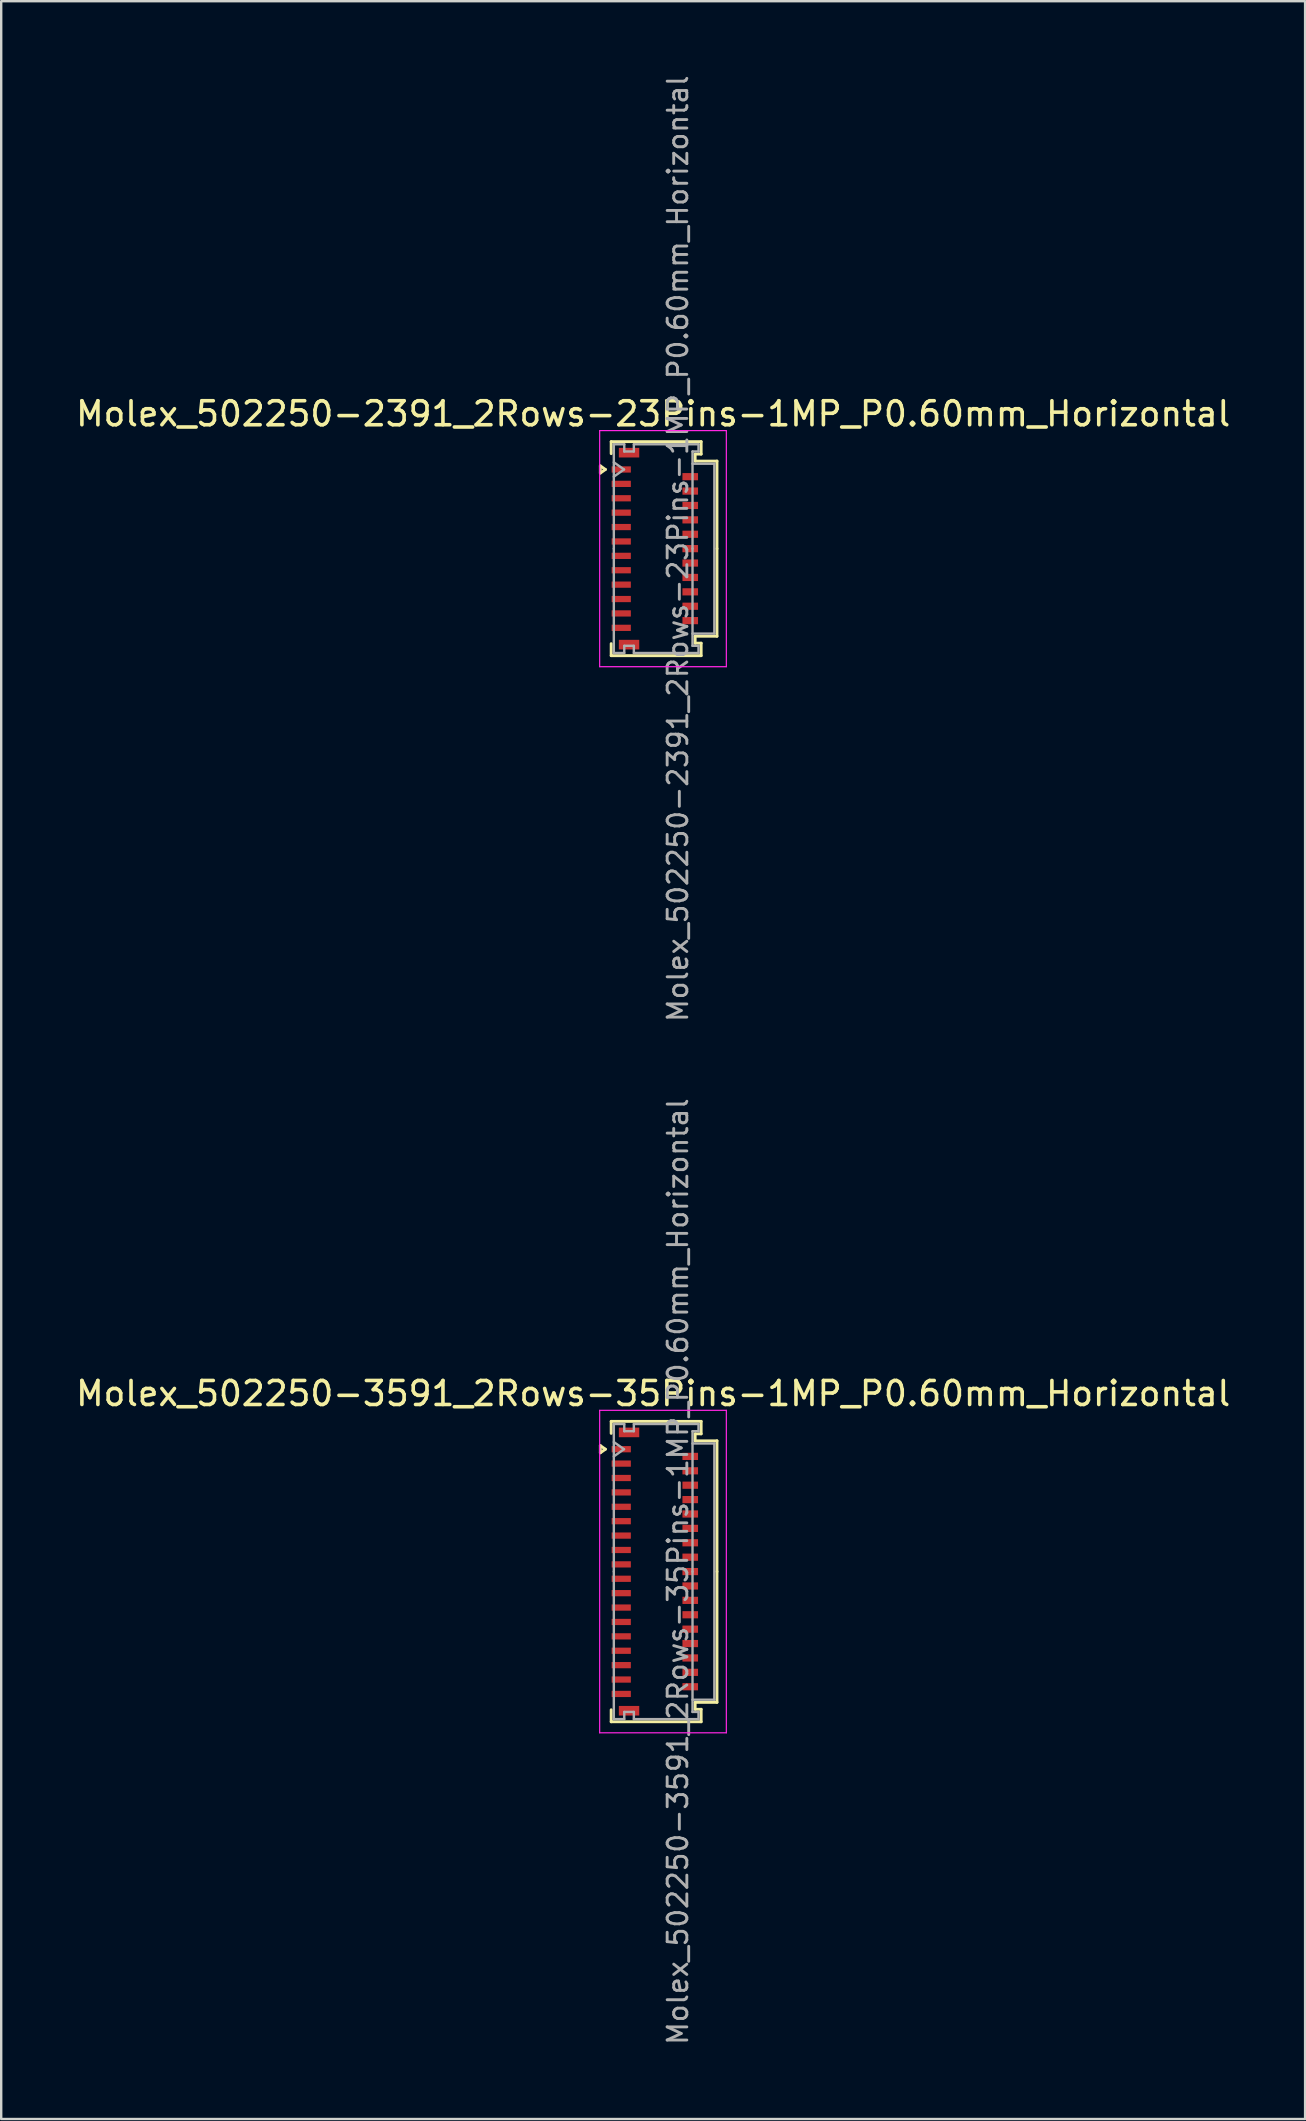
<source format=kicad_pcb>
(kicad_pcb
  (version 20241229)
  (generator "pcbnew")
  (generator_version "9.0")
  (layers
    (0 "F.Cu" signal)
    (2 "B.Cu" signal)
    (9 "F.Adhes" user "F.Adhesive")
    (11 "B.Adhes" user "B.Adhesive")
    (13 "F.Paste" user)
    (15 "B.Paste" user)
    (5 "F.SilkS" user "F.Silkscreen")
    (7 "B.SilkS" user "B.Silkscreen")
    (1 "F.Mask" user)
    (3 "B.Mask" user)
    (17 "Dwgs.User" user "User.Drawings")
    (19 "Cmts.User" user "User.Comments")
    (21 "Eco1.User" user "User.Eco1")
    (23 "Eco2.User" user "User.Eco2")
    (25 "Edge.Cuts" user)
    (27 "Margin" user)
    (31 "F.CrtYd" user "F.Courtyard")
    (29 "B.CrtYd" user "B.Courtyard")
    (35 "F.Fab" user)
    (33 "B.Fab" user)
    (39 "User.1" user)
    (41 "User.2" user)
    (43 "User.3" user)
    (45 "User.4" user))
  (footprint "Molex_502250-2391_2Rows-23Pins-1MP_P0.60mm_Horizontal"
    (layer "F.Cu")
    (at 24.243 19.817)
    (property "Reference" "Molex_502250-2391_2Rows-23Pins-1MP_P0.60mm_Horizontal" (at -0.07 -5.62 0) (layer "F.SilkS") (effects (font (size 1 1) (thickness 0.15))))
    (attr smd)
    (fp_line (start -2.272 -3.45) (end -2.06 -3.3) (stroke (width 0.12) (type solid)) (layer "F.SilkS"))
    (fp_line (start -2.272 -3.15) (end -2.272 -3.45) (stroke (width 0.12) (type solid)) (layer "F.SilkS"))
    (fp_line (start -2.06 -3.3) (end -2.272 -3.15) (stroke (width 0.12) (type solid)) (layer "F.SilkS"))
    (fp_line (start -1.82 -4.46) (end 1.93 -4.46) (stroke (width 0.12) (type solid)) (layer "F.SilkS"))
    (fp_line (start -1.82 -3.96) (end -1.82 -4.46) (stroke (width 0.12) (type solid)) (layer "F.SilkS"))
    (fp_line (start -1.82 3.96) (end -1.82 4.46) (stroke (width 0.12) (type solid)) (layer "F.SilkS"))
    (fp_line (start -1.82 4.46) (end 1.93 4.46) (stroke (width 0.12) (type solid)) (layer "F.SilkS"))
    (fp_line (start 1.68 -3.94) (end 1.68 -3.65) (stroke (width 0.12) (type solid)) (layer "F.SilkS"))
    (fp_line (start 1.68 -3.65) (end 2.59 -3.65) (stroke (width 0.12) (type solid)) (layer "F.SilkS"))
    (fp_line (start 1.68 3.65) (end 2.59 3.65) (stroke (width 0.12) (type solid)) (layer "F.SilkS"))
    (fp_line (start 1.68 3.94) (end 1.68 3.65) (stroke (width 0.12) (type solid)) (layer "F.SilkS"))
    (fp_line (start 1.93 -4.46) (end 1.93 -3.94) (stroke (width 0.12) (type solid)) (layer "F.SilkS"))
    (fp_line (start 1.93 -3.94) (end 1.68 -3.94) (stroke (width 0.12) (type solid)) (layer "F.SilkS"))
    (fp_line (start 1.93 3.94) (end 1.68 3.94) (stroke (width 0.12) (type solid)) (layer "F.SilkS"))
    (fp_line (start 1.93 4.46) (end 1.93 3.94) (stroke (width 0.12) (type solid)) (layer "F.SilkS"))
    (fp_line (start 2.59 -3.65) (end 2.59 0) (stroke (width 0.12) (type solid)) (layer "F.SilkS"))
    (fp_line (start 2.59 3.65) (end 2.59 0) (stroke (width 0.12) (type solid)) (layer "F.SilkS"))
    (fp_line (start -2.3 -4.92) (end -2.3 4.92) (stroke (width 0.05) (type solid)) (layer "F.CrtYd"))
    (fp_line (start -2.3 4.92) (end 2.98 4.92) (stroke (width 0.05) (type solid)) (layer "F.CrtYd"))
    (fp_line (start 2.98 -4.92) (end -2.3 -4.92) (stroke (width 0.05) (type solid)) (layer "F.CrtYd"))
    (fp_line (start 2.98 4.92) (end 2.98 -4.92) (stroke (width 0.05) (type solid)) (layer "F.CrtYd"))
    (fp_line (start -1.71 -4.35) (end -1.275 -4.35) (stroke (width 0.1) (type solid)) (layer "F.Fab"))
    (fp_line (start -1.71 -3.6) (end -1.286 -3.3) (stroke (width 0.1) (type solid)) (layer "F.Fab"))
    (fp_line (start -1.71 0) (end -1.71 -4.35) (stroke (width 0.1) (type solid)) (layer "F.Fab"))
    (fp_line (start -1.71 0) (end -1.71 4.35) (stroke (width 0.1) (type solid)) (layer "F.Fab"))
    (fp_line (start -1.71 4.35) (end -1.275 4.35) (stroke (width 0.1) (type solid)) (layer "F.Fab"))
    (fp_line (start -1.286 -3.3) (end -1.71 -3) (stroke (width 0.1) (type solid)) (layer "F.Fab"))
    (fp_line (start -1.275 -4.35) (end -1.275 -4.05) (stroke (width 0.1) (type solid)) (layer "F.Fab"))
    (fp_line (start -1.275 -4.05) (end -0.875 -4.05) (stroke (width 0.1) (type solid)) (layer "F.Fab"))
    (fp_line (start -1.275 4.05) (end -0.875 4.05) (stroke (width 0.1) (type solid)) (layer "F.Fab"))
    (fp_line (start -1.275 4.35) (end -1.275 4.05) (stroke (width 0.1) (type solid)) (layer "F.Fab"))
    (fp_line (start -0.875 -4.35) (end 1.82 -4.35) (stroke (width 0.1) (type solid)) (layer "F.Fab"))
    (fp_line (start -0.875 -4.05) (end -0.875 -4.35) (stroke (width 0.1) (type solid)) (layer "F.Fab"))
    (fp_line (start -0.875 4.05) (end -0.875 4.35) (stroke (width 0.1) (type solid)) (layer "F.Fab"))
    (fp_line (start -0.875 4.35) (end 1.82 4.35) (stroke (width 0.1) (type solid)) (layer "F.Fab"))
    (fp_line (start 1.57 -4.05) (end 1.57 0) (stroke (width 0.1) (type solid)) (layer "F.Fab"))
    (fp_line (start 1.57 -3.54) (end 2.48 -3.54) (stroke (width 0.1) (type solid)) (layer "F.Fab"))
    (fp_line (start 1.57 4.05) (end 1.57 0) (stroke (width 0.1) (type solid)) (layer "F.Fab"))
    (fp_line (start 1.82 -4.35) (end 1.82 -4.05) (stroke (width 0.1) (type solid)) (layer "F.Fab"))
    (fp_line (start 1.82 -4.05) (end 1.57 -4.05) (stroke (width 0.1) (type solid)) (layer "F.Fab"))
    (fp_line (start 1.82 4.05) (end 1.57 4.05) (stroke (width 0.1) (type solid)) (layer "F.Fab"))
    (fp_line (start 1.82 4.35) (end 1.82 4.05) (stroke (width 0.1) (type solid)) (layer "F.Fab"))
    (fp_line (start 2.48 -3.54) (end 2.48 3.54) (stroke (width 0.1) (type solid)) (layer "F.Fab"))
    (fp_line (start 2.48 3.54) (end 1.57 3.54) (stroke (width 0.1) (type solid)) (layer "F.Fab"))
    (fp_text user "${REFERENCE}" (at 0.96 0 90) (layer "F.Fab") (effects (font (size 0.82 0.82) (thickness 0.12))))
    (pad "1" smd rect (at -1.4 -3.3) (size 0.8 0.26) (layers "F.Cu" "F.Mask" "F.Paste"))
    (pad "2" smd rect (at 1.475 -3) (size 0.65 0.3) (layers "F.Cu" "F.Mask" "F.Paste"))
    (pad "3" smd rect (at -1.4 -2.7) (size 0.8 0.26) (layers "F.Cu" "F.Mask" "F.Paste"))
    (pad "4" smd rect (at 1.475 -2.4) (size 0.65 0.3) (layers "F.Cu" "F.Mask" "F.Paste"))
    (pad "5" smd rect (at -1.4 -2.1) (size 0.8 0.26) (layers "F.Cu" "F.Mask" "F.Paste"))
    (pad "6" smd rect (at 1.475 -1.8) (size 0.65 0.3) (layers "F.Cu" "F.Mask" "F.Paste"))
    (pad "7" smd rect (at -1.4 -1.5) (size 0.8 0.26) (layers "F.Cu" "F.Mask" "F.Paste"))
    (pad "8" smd rect (at 1.475 -1.2) (size 0.65 0.3) (layers "F.Cu" "F.Mask" "F.Paste"))
    (pad "9" smd rect (at -1.4 -0.9) (size 0.8 0.26) (layers "F.Cu" "F.Mask" "F.Paste"))
    (pad "10" smd rect (at 1.475 -0.6) (size 0.65 0.3) (layers "F.Cu" "F.Mask" "F.Paste"))
    (pad "11" smd rect (at -1.4 -0.3) (size 0.8 0.26) (layers "F.Cu" "F.Mask" "F.Paste"))
    (pad "12" smd rect (at 1.475 0) (size 0.65 0.3) (layers "F.Cu" "F.Mask" "F.Paste"))
    (pad "13" smd rect (at -1.4 0.3) (size 0.8 0.26) (layers "F.Cu" "F.Mask" "F.Paste"))
    (pad "14" smd rect (at 1.475 0.6) (size 0.65 0.3) (layers "F.Cu" "F.Mask" "F.Paste"))
    (pad "15" smd rect (at -1.4 0.9) (size 0.8 0.26) (layers "F.Cu" "F.Mask" "F.Paste"))
    (pad "16" smd rect (at 1.475 1.2) (size 0.65 0.3) (layers "F.Cu" "F.Mask" "F.Paste"))
    (pad "17" smd rect (at -1.4 1.5) (size 0.8 0.26) (layers "F.Cu" "F.Mask" "F.Paste"))
    (pad "18" smd rect (at 1.475 1.8) (size 0.65 0.3) (layers "F.Cu" "F.Mask" "F.Paste"))
    (pad "19" smd rect (at -1.4 2.1) (size 0.8 0.26) (layers "F.Cu" "F.Mask" "F.Paste"))
    (pad "20" smd rect (at 1.475 2.4) (size 0.65 0.3) (layers "F.Cu" "F.Mask" "F.Paste"))
    (pad "21" smd rect (at -1.4 2.7) (size 0.8 0.26) (layers "F.Cu" "F.Mask" "F.Paste"))
    (pad "22" smd rect (at 1.475 3) (size 0.65 0.3) (layers "F.Cu" "F.Mask" "F.Paste"))
    (pad "23" smd rect (at -1.4 3.3) (size 0.8 0.26) (layers "F.Cu" "F.Mask" "F.Paste"))
    (pad "MP" smd rect (at -1.075 -4) (size 0.85 0.4) (layers "F.Cu" "F.Mask" "F.Paste"))
    (pad "MP" smd rect (at -1.075 4) (size 0.85 0.4) (layers "F.Cu" "F.Mask" "F.Paste")))
  (footprint "Molex_502250-3591_2Rows-35Pins-1MP_P0.60mm_Horizontal"
    (layer "F.Cu")
    (at 24.243 62.451)
    (property "Reference" "Molex_502250-3591_2Rows-35Pins-1MP_P0.60mm_Horizontal" (at -0.07 -7.42 0) (layer "F.SilkS") (effects (font (size 1 1) (thickness 0.15))))
    (attr smd)
    (fp_line (start -2.272 -5.25) (end -2.06 -5.1) (stroke (width 0.12) (type solid)) (layer "F.SilkS"))
    (fp_line (start -2.272 -4.95) (end -2.272 -5.25) (stroke (width 0.12) (type solid)) (layer "F.SilkS"))
    (fp_line (start -2.06 -5.1) (end -2.272 -4.95) (stroke (width 0.12) (type solid)) (layer "F.SilkS"))
    (fp_line (start -1.82 -6.26) (end 1.93 -6.26) (stroke (width 0.12) (type solid)) (layer "F.SilkS"))
    (fp_line (start -1.82 -5.76) (end -1.82 -6.26) (stroke (width 0.12) (type solid)) (layer "F.SilkS"))
    (fp_line (start -1.82 5.76) (end -1.82 6.26) (stroke (width 0.12) (type solid)) (layer "F.SilkS"))
    (fp_line (start -1.82 6.26) (end 1.93 6.26) (stroke (width 0.12) (type solid)) (layer "F.SilkS"))
    (fp_line (start 1.68 -5.74) (end 1.68 -5.45) (stroke (width 0.12) (type solid)) (layer "F.SilkS"))
    (fp_line (start 1.68 -5.45) (end 2.59 -5.45) (stroke (width 0.12) (type solid)) (layer "F.SilkS"))
    (fp_line (start 1.68 5.45) (end 2.59 5.45) (stroke (width 0.12) (type solid)) (layer "F.SilkS"))
    (fp_line (start 1.68 5.74) (end 1.68 5.45) (stroke (width 0.12) (type solid)) (layer "F.SilkS"))
    (fp_line (start 1.93 -6.26) (end 1.93 -5.74) (stroke (width 0.12) (type solid)) (layer "F.SilkS"))
    (fp_line (start 1.93 -5.74) (end 1.68 -5.74) (stroke (width 0.12) (type solid)) (layer "F.SilkS"))
    (fp_line (start 1.93 5.74) (end 1.68 5.74) (stroke (width 0.12) (type solid)) (layer "F.SilkS"))
    (fp_line (start 1.93 6.26) (end 1.93 5.74) (stroke (width 0.12) (type solid)) (layer "F.SilkS"))
    (fp_line (start 2.59 -5.45) (end 2.59 0) (stroke (width 0.12) (type solid)) (layer "F.SilkS"))
    (fp_line (start 2.59 5.45) (end 2.59 0) (stroke (width 0.12) (type solid)) (layer "F.SilkS"))
    (fp_line (start -2.3 -6.72) (end -2.3 6.72) (stroke (width 0.05) (type solid)) (layer "F.CrtYd"))
    (fp_line (start -2.3 6.72) (end 2.98 6.72) (stroke (width 0.05) (type solid)) (layer "F.CrtYd"))
    (fp_line (start 2.98 -6.72) (end -2.3 -6.72) (stroke (width 0.05) (type solid)) (layer "F.CrtYd"))
    (fp_line (start 2.98 6.72) (end 2.98 -6.72) (stroke (width 0.05) (type solid)) (layer "F.CrtYd"))
    (fp_line (start -1.71 -6.15) (end -1.275 -6.15) (stroke (width 0.1) (type solid)) (layer "F.Fab"))
    (fp_line (start -1.71 -5.4) (end -1.286 -5.1) (stroke (width 0.1) (type solid)) (layer "F.Fab"))
    (fp_line (start -1.71 0) (end -1.71 -6.15) (stroke (width 0.1) (type solid)) (layer "F.Fab"))
    (fp_line (start -1.71 0) (end -1.71 6.15) (stroke (width 0.1) (type solid)) (layer "F.Fab"))
    (fp_line (start -1.71 6.15) (end -1.275 6.15) (stroke (width 0.1) (type solid)) (layer "F.Fab"))
    (fp_line (start -1.286 -5.1) (end -1.71 -4.8) (stroke (width 0.1) (type solid)) (layer "F.Fab"))
    (fp_line (start -1.275 -6.15) (end -1.275 -5.85) (stroke (width 0.1) (type solid)) (layer "F.Fab"))
    (fp_line (start -1.275 -5.85) (end -0.875 -5.85) (stroke (width 0.1) (type solid)) (layer "F.Fab"))
    (fp_line (start -1.275 5.85) (end -0.875 5.85) (stroke (width 0.1) (type solid)) (layer "F.Fab"))
    (fp_line (start -1.275 6.15) (end -1.275 5.85) (stroke (width 0.1) (type solid)) (layer "F.Fab"))
    (fp_line (start -0.875 -6.15) (end 1.82 -6.15) (stroke (width 0.1) (type solid)) (layer "F.Fab"))
    (fp_line (start -0.875 -5.85) (end -0.875 -6.15) (stroke (width 0.1) (type solid)) (layer "F.Fab"))
    (fp_line (start -0.875 5.85) (end -0.875 6.15) (stroke (width 0.1) (type solid)) (layer "F.Fab"))
    (fp_line (start -0.875 6.15) (end 1.82 6.15) (stroke (width 0.1) (type solid)) (layer "F.Fab"))
    (fp_line (start 1.57 -5.85) (end 1.57 0) (stroke (width 0.1) (type solid)) (layer "F.Fab"))
    (fp_line (start 1.57 -5.34) (end 2.48 -5.34) (stroke (width 0.1) (type solid)) (layer "F.Fab"))
    (fp_line (start 1.57 5.85) (end 1.57 0) (stroke (width 0.1) (type solid)) (layer "F.Fab"))
    (fp_line (start 1.82 -6.15) (end 1.82 -5.85) (stroke (width 0.1) (type solid)) (layer "F.Fab"))
    (fp_line (start 1.82 -5.85) (end 1.57 -5.85) (stroke (width 0.1) (type solid)) (layer "F.Fab"))
    (fp_line (start 1.82 5.85) (end 1.57 5.85) (stroke (width 0.1) (type solid)) (layer "F.Fab"))
    (fp_line (start 1.82 6.15) (end 1.82 5.85) (stroke (width 0.1) (type solid)) (layer "F.Fab"))
    (fp_line (start 2.48 -5.34) (end 2.48 5.34) (stroke (width 0.1) (type solid)) (layer "F.Fab"))
    (fp_line (start 2.48 5.34) (end 1.57 5.34) (stroke (width 0.1) (type solid)) (layer "F.Fab"))
    (fp_text user "${REFERENCE}" (at 0.96 0 90) (layer "F.Fab") (effects (font (size 0.82 0.82) (thickness 0.12))))
    (pad "1" smd rect (at -1.4 -5.1) (size 0.8 0.26) (layers "F.Cu" "F.Mask" "F.Paste"))
    (pad "2" smd rect (at 1.475 -4.8) (size 0.65 0.3) (layers "F.Cu" "F.Mask" "F.Paste"))
    (pad "3" smd rect (at -1.4 -4.5) (size 0.8 0.26) (layers "F.Cu" "F.Mask" "F.Paste"))
    (pad "4" smd rect (at 1.475 -4.2) (size 0.65 0.3) (layers "F.Cu" "F.Mask" "F.Paste"))
    (pad "5" smd rect (at -1.4 -3.9) (size 0.8 0.26) (layers "F.Cu" "F.Mask" "F.Paste"))
    (pad "6" smd rect (at 1.475 -3.6) (size 0.65 0.3) (layers "F.Cu" "F.Mask" "F.Paste"))
    (pad "7" smd rect (at -1.4 -3.3) (size 0.8 0.26) (layers "F.Cu" "F.Mask" "F.Paste"))
    (pad "8" smd rect (at 1.475 -3) (size 0.65 0.3) (layers "F.Cu" "F.Mask" "F.Paste"))
    (pad "9" smd rect (at -1.4 -2.7) (size 0.8 0.26) (layers "F.Cu" "F.Mask" "F.Paste"))
    (pad "10" smd rect (at 1.475 -2.4) (size 0.65 0.3) (layers "F.Cu" "F.Mask" "F.Paste"))
    (pad "11" smd rect (at -1.4 -2.1) (size 0.8 0.26) (layers "F.Cu" "F.Mask" "F.Paste"))
    (pad "12" smd rect (at 1.475 -1.8) (size 0.65 0.3) (layers "F.Cu" "F.Mask" "F.Paste"))
    (pad "13" smd rect (at -1.4 -1.5) (size 0.8 0.26) (layers "F.Cu" "F.Mask" "F.Paste"))
    (pad "14" smd rect (at 1.475 -1.2) (size 0.65 0.3) (layers "F.Cu" "F.Mask" "F.Paste"))
    (pad "15" smd rect (at -1.4 -0.9) (size 0.8 0.26) (layers "F.Cu" "F.Mask" "F.Paste"))
    (pad "16" smd rect (at 1.475 -0.6) (size 0.65 0.3) (layers "F.Cu" "F.Mask" "F.Paste"))
    (pad "17" smd rect (at -1.4 -0.3) (size 0.8 0.26) (layers "F.Cu" "F.Mask" "F.Paste"))
    (pad "18" smd rect (at 1.475 0) (size 0.65 0.3) (layers "F.Cu" "F.Mask" "F.Paste"))
    (pad "19" smd rect (at -1.4 0.3) (size 0.8 0.26) (layers "F.Cu" "F.Mask" "F.Paste"))
    (pad "20" smd rect (at 1.475 0.6) (size 0.65 0.3) (layers "F.Cu" "F.Mask" "F.Paste"))
    (pad "21" smd rect (at -1.4 0.9) (size 0.8 0.26) (layers "F.Cu" "F.Mask" "F.Paste"))
    (pad "22" smd rect (at 1.475 1.2) (size 0.65 0.3) (layers "F.Cu" "F.Mask" "F.Paste"))
    (pad "23" smd rect (at -1.4 1.5) (size 0.8 0.26) (layers "F.Cu" "F.Mask" "F.Paste"))
    (pad "24" smd rect (at 1.475 1.8) (size 0.65 0.3) (layers "F.Cu" "F.Mask" "F.Paste"))
    (pad "25" smd rect (at -1.4 2.1) (size 0.8 0.26) (layers "F.Cu" "F.Mask" "F.Paste"))
    (pad "26" smd rect (at 1.475 2.4) (size 0.65 0.3) (layers "F.Cu" "F.Mask" "F.Paste"))
    (pad "27" smd rect (at -1.4 2.7) (size 0.8 0.26) (layers "F.Cu" "F.Mask" "F.Paste"))
    (pad "28" smd rect (at 1.475 3) (size 0.65 0.3) (layers "F.Cu" "F.Mask" "F.Paste"))
    (pad "29" smd rect (at -1.4 3.3) (size 0.8 0.26) (layers "F.Cu" "F.Mask" "F.Paste"))
    (pad "30" smd rect (at 1.475 3.6) (size 0.65 0.3) (layers "F.Cu" "F.Mask" "F.Paste"))
    (pad "31" smd rect (at -1.4 3.9) (size 0.8 0.26) (layers "F.Cu" "F.Mask" "F.Paste"))
    (pad "32" smd rect (at 1.475 4.2) (size 0.65 0.3) (layers "F.Cu" "F.Mask" "F.Paste"))
    (pad "33" smd rect (at -1.4 4.5) (size 0.8 0.26) (layers "F.Cu" "F.Mask" "F.Paste"))
    (pad "34" smd rect (at 1.475 4.8) (size 0.65 0.3) (layers "F.Cu" "F.Mask" "F.Paste"))
    (pad "35" smd rect (at -1.4 5.1) (size 0.8 0.26) (layers "F.Cu" "F.Mask" "F.Paste"))
    (pad "MP" smd rect (at -1.075 -5.8) (size 0.85 0.4) (layers "F.Cu" "F.Mask" "F.Paste"))
    (pad "MP" smd rect (at -1.075 5.8) (size 0.85 0.4) (layers "F.Cu" "F.Mask" "F.Paste")))
  (gr_rect
    (start -3 -3)
    (end 51.345 85.268)
    (stroke (width 0.1) (type default))
    (fill no)
    (layer "Edge.Cuts")))
</source>
